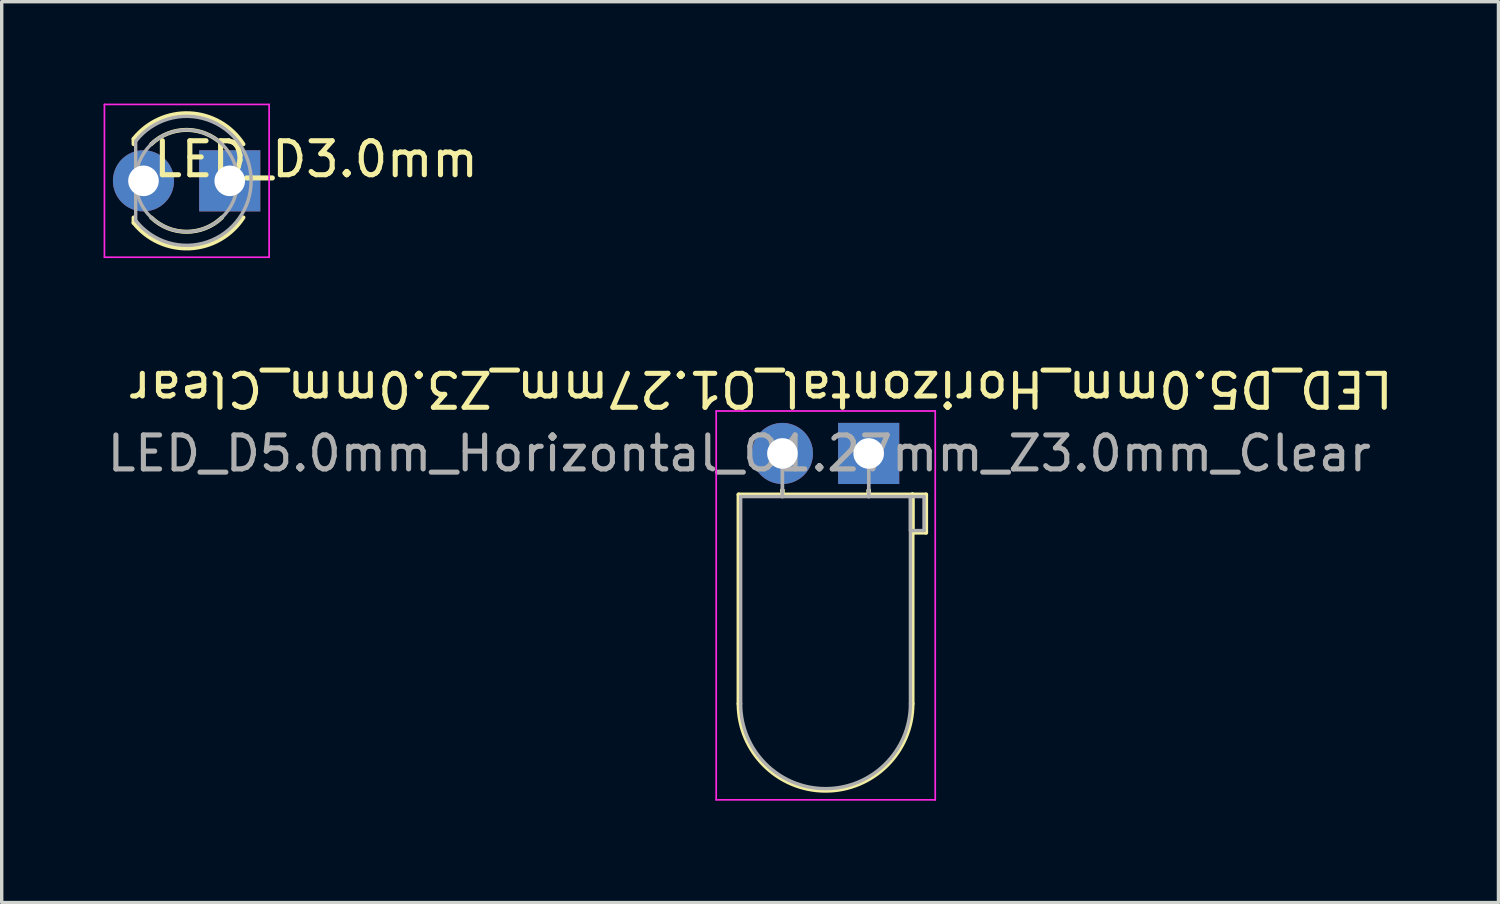
<source format=kicad_pcb>
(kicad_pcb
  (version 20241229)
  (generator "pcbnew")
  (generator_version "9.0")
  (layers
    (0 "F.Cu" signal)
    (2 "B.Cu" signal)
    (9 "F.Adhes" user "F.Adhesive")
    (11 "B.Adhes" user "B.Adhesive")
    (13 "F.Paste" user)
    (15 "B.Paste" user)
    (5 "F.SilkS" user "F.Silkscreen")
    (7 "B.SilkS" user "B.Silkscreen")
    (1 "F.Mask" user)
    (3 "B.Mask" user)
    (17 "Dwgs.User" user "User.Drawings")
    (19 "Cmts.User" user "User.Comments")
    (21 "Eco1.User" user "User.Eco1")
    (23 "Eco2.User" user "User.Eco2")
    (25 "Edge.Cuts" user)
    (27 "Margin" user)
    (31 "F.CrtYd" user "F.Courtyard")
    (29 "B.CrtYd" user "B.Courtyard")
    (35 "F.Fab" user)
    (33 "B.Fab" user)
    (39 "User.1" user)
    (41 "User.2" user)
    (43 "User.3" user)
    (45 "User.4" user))
  (footprint "LED_D5.0mm_Horizontal_O1.27mm_Z3.0mm_Clear"
    (layer "F.Cu")
    (at 19.99 10.303)
    (property "Reference" "LED_D5.0mm_Horizontal_O1.27mm_Z3.0mm_Clear" (at -0.635 -1.905 180) (unlocked yes) (layer "F.SilkS") (effects (font (size 1 1) (thickness 0.15))))
    (attr through_hole)
    (fp_line (start -1.29 1.21) (end -1.29 7.37) (stroke (width 0.12) (type solid)) (layer "F.SilkS"))
    (fp_line (start -1.29 1.21) (end 3.83 1.21) (stroke (width 0.12) (type solid)) (layer "F.SilkS"))
    (fp_line (start 0 1.08) (end 0 1.08) (stroke (width 0.12) (type solid)) (layer "F.SilkS"))
    (fp_line (start 0 1.08) (end 0 1.21) (stroke (width 0.12) (type solid)) (layer "F.SilkS"))
    (fp_line (start 0 1.21) (end 0 1.08) (stroke (width 0.12) (type solid)) (layer "F.SilkS"))
    (fp_line (start 0 1.21) (end 0 1.21) (stroke (width 0.12) (type solid)) (layer "F.SilkS"))
    (fp_line (start 2.54 1.08) (end 2.54 1.08) (stroke (width 0.12) (type solid)) (layer "F.SilkS"))
    (fp_line (start 2.54 1.08) (end 2.54 1.21) (stroke (width 0.12) (type solid)) (layer "F.SilkS"))
    (fp_line (start 2.54 1.21) (end 2.54 1.08) (stroke (width 0.12) (type solid)) (layer "F.SilkS"))
    (fp_line (start 2.54 1.21) (end 2.54 1.21) (stroke (width 0.12) (type solid)) (layer "F.SilkS"))
    (fp_line (start 3.83 1.21) (end 3.83 7.37) (stroke (width 0.12) (type solid)) (layer "F.SilkS"))
    (fp_line (start 3.83 1.21) (end 4.23 1.21) (stroke (width 0.12) (type solid)) (layer "F.SilkS"))
    (fp_line (start 3.83 2.33) (end 3.83 1.21) (stroke (width 0.12) (type solid)) (layer "F.SilkS"))
    (fp_line (start 4.23 1.21) (end 4.23 2.33) (stroke (width 0.12) (type solid)) (layer "F.SilkS"))
    (fp_line (start 4.23 2.33) (end 3.83 2.33) (stroke (width 0.12) (type solid)) (layer "F.SilkS"))
    (fp_arc (start 3.83 7.37) (mid 1.27 9.93) (end -1.29 7.37) (stroke (width 0.12) (type solid)) (layer "F.SilkS"))
    (fp_line (start -1.95 -1.25) (end -1.95 10.2) (stroke (width 0.05) (type solid)) (layer "F.CrtYd"))
    (fp_line (start -1.95 10.2) (end 4.5 10.2) (stroke (width 0.05) (type solid)) (layer "F.CrtYd"))
    (fp_line (start 4.5 -1.25) (end -1.95 -1.25) (stroke (width 0.05) (type solid)) (layer "F.CrtYd"))
    (fp_line (start 4.5 10.2) (end 4.5 -1.25) (stroke (width 0.05) (type solid)) (layer "F.CrtYd"))
    (fp_line (start -1.23 1.27) (end -1.23 7.37) (stroke (width 0.1) (type solid)) (layer "F.Fab"))
    (fp_line (start -1.23 1.27) (end 3.77 1.27) (stroke (width 0.1) (type solid)) (layer "F.Fab"))
    (fp_line (start 0 0) (end 0 0) (stroke (width 0.1) (type solid)) (layer "F.Fab"))
    (fp_line (start 0 0) (end 0 1.27) (stroke (width 0.1) (type solid)) (layer "F.Fab"))
    (fp_line (start 0 1.27) (end 0 0) (stroke (width 0.1) (type solid)) (layer "F.Fab"))
    (fp_line (start 0 1.27) (end 0 1.27) (stroke (width 0.1) (type solid)) (layer "F.Fab"))
    (fp_line (start 2.54 0) (end 2.54 0) (stroke (width 0.1) (type solid)) (layer "F.Fab"))
    (fp_line (start 2.54 0) (end 2.54 1.27) (stroke (width 0.1) (type solid)) (layer "F.Fab"))
    (fp_line (start 2.54 1.27) (end 2.54 0) (stroke (width 0.1) (type solid)) (layer "F.Fab"))
    (fp_line (start 2.54 1.27) (end 2.54 1.27) (stroke (width 0.1) (type solid)) (layer "F.Fab"))
    (fp_line (start 3.77 1.27) (end 3.77 7.37) (stroke (width 0.1) (type solid)) (layer "F.Fab"))
    (fp_line (start 3.77 1.27) (end 4.17 1.27) (stroke (width 0.1) (type solid)) (layer "F.Fab"))
    (fp_line (start 3.77 2.27) (end 3.77 1.27) (stroke (width 0.1) (type solid)) (layer "F.Fab"))
    (fp_line (start 4.17 1.27) (end 4.17 2.27) (stroke (width 0.1) (type solid)) (layer "F.Fab"))
    (fp_line (start 4.17 2.27) (end 3.77 2.27) (stroke (width 0.1) (type solid)) (layer "F.Fab"))
    (fp_arc (start 3.77 7.37) (mid 1.27 9.87) (end -1.23 7.37) (stroke (width 0.1) (type solid)) (layer "F.Fab"))
    (fp_text user "${REFERENCE}" (at -1.27 0 0) (layer "F.Fab") (effects (font (size 1 1) (thickness 0.15))))
    (pad "1" thru_hole circle (at 0 0) (size 1.8 1.8) (drill 0.9) (layers "*.Cu" "*.Mask"))
    (pad "2" thru_hole rect (at 2.54 0) (size 1.8 1.8) (drill 0.9) (layers "*.Cu" "*.Mask")))
  (footprint "LED_D3.0mm"
    (layer "F.Cu")
    (at 1.175 2.275)
    (property "Reference" "LED_D3.0mm" (at 5.08 -0.635 0) (unlocked yes) (layer "F.SilkS") (effects (font (size 1 1) (thickness 0.15))))
    (attr through_hole)
    (fp_line (start -0.29 -1.236) (end -0.29 -1.08) (stroke (width 0.12) (type solid)) (layer "F.SilkS"))
    (fp_line (start -0.29 1.08) (end -0.29 1.236) (stroke (width 0.12) (type solid)) (layer "F.SilkS"))
    (fp_arc (start -0.29 -1.235516) (mid 1.366487 -1.987659) (end 2.942335 -1.078608) (stroke (width 0.12) (type solid)) (layer "F.SilkS"))
    (fp_arc (start 0.229039 -1.08) (mid 1.270117 -1.5) (end 2.31113 -1.079837) (stroke (width 0.12) (type solid)) (layer "F.SilkS"))
    (fp_arc (start 2.31113 1.079837) (mid 1.270117 1.5) (end 0.229039 1.08) (stroke (width 0.12) (type solid)) (layer "F.SilkS"))
    (fp_arc (start 2.942335 1.078608) (mid 1.366487 1.987659) (end -0.29 1.235516) (stroke (width 0.12) (type solid)) (layer "F.SilkS"))
    (fp_line (start -1.15 -2.25) (end -1.15 2.25) (stroke (width 0.05) (type solid)) (layer "F.CrtYd"))
    (fp_line (start -1.15 2.25) (end 3.7 2.25) (stroke (width 0.05) (type solid)) (layer "F.CrtYd"))
    (fp_line (start 3.7 -2.25) (end -1.15 -2.25) (stroke (width 0.05) (type solid)) (layer "F.CrtYd"))
    (fp_line (start 3.7 2.25) (end 3.7 -2.25) (stroke (width 0.05) (type solid)) (layer "F.CrtYd"))
    (fp_line (start -0.23 -1.166) (end -0.23 1.166) (stroke (width 0.1) (type solid)) (layer "F.Fab"))
    (fp_arc (start -0.23 -1.16619) (mid 3.17 0.000452) (end -0.230555 1.165476) (stroke (width 0.1) (type solid)) (layer "F.Fab"))
    (fp_circle (center 1.27 0) (end 2.77 0) (stroke (width 0.1) (type solid)) (fill no) (layer "F.Fab"))
    (pad "1" thru_hole circle (at 0 0) (size 1.8 1.8) (drill 0.9) (layers "*.Cu" "*.Mask"))
    (pad "2" thru_hole rect (at 2.54 0) (size 1.8 1.8) (drill 0.9) (layers "*.Cu" "*.Mask")))
  (gr_rect
    (start -3 -3)
    (end 41.075 23.528)
    (stroke (width 0.1) (type default))
    (fill no)
    (layer "Edge.Cuts")))
</source>
